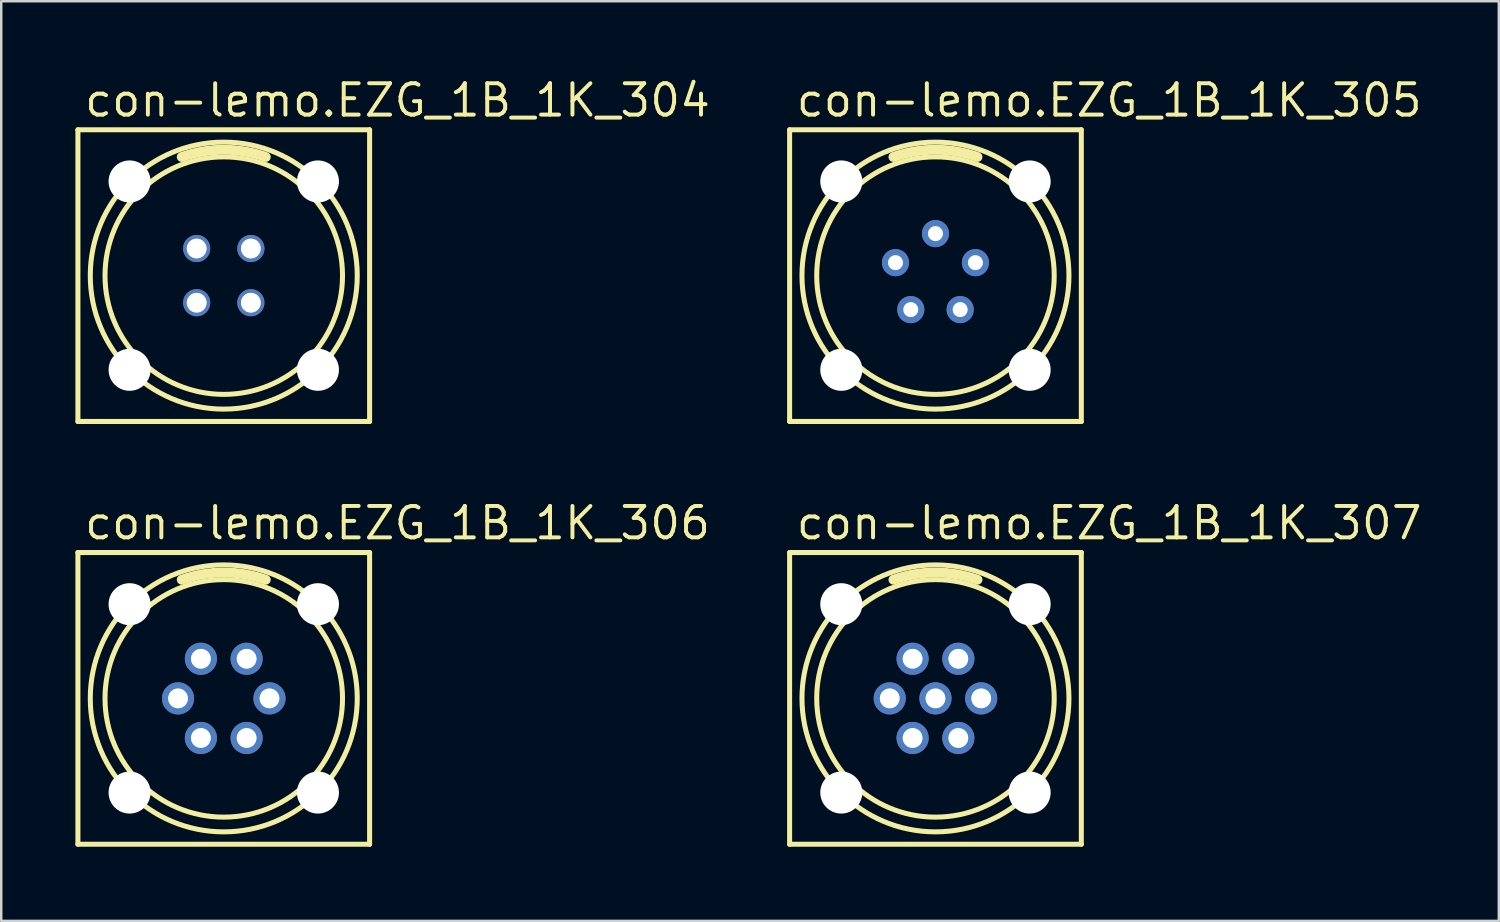
<source format=kicad_pcb>
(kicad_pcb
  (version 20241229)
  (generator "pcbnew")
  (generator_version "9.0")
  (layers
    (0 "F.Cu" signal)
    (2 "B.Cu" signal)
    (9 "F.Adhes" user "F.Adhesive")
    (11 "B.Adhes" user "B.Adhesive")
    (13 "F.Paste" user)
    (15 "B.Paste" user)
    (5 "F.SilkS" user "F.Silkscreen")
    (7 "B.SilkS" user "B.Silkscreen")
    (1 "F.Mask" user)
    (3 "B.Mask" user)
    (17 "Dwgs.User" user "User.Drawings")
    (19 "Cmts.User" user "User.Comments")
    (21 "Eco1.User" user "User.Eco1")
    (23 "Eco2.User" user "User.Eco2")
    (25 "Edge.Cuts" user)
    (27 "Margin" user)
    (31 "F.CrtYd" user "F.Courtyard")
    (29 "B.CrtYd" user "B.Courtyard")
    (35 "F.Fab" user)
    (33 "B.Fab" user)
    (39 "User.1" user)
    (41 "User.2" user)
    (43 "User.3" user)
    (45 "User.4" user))
  (footprint "con-lemo.EZG_1B_1K_304"
    (layer "F.Cu")
    (at 6.002 8.1)
    (property "Reference" "con-lemo.EZG_1B_1K_304" (at -5.715 -6.35 0) (layer "F.SilkS") (effects (font (size 1.27 1.27) (thickness 0.16)) (justify left bottom)))
    (attr through_hole)
    (fp_line (start -5.9 -5.9) (end 5.9 -5.9) (stroke (width 0.203) (type default)) (layer "F.SilkS"))
    (fp_line (start -5.9 5.9) (end -5.9 -5.9) (stroke (width 0.203) (type default)) (layer "F.SilkS"))
    (fp_line (start 5.9 -5.9) (end 5.9 5.9) (stroke (width 0.203) (type default)) (layer "F.SilkS"))
    (fp_line (start 5.9 5.9) (end -5.9 5.9) (stroke (width 0.203) (type default)) (layer "F.SilkS"))
    (fp_arc (start -1.7 -4.8) (mid 0 -5.092151) (end 1.7 -4.8) (stroke (width 0.4) (type default)) (layer "F.SilkS"))
    (fp_circle (center 0 0) (end 4.804 0) (stroke (width 0.203) (type default)) (fill no) (layer "F.SilkS"))
    (fp_circle (center 0 0) (end 5.4 0) (stroke (width 0.203) (type default)) (fill no) (layer "F.SilkS"))
    (fp_circle (center -1.096 -1.096) (end -0.798 -1.096) (stroke (width 0.203) (type default)) (fill no) (layer "F.Fab"))
    (fp_circle (center -1.096 1.096) (end -0.798 1.096) (stroke (width 0.203) (type default)) (fill no) (layer "F.Fab"))
    (fp_circle (center 1.096 -1.096) (end 1.394 -1.096) (stroke (width 0.203) (type default)) (fill no) (layer "F.Fab"))
    (fp_circle (center 1.096 1.096) (end 1.394 1.096) (stroke (width 0.203) (type default)) (fill no) (layer "F.Fab"))
    (pad "" np_thru_hole circle (at -3.81 -3.81) (size 1.7 1.7) (drill 1.7) (layers "*.Cu" "*.Mask"))
    (pad "" np_thru_hole circle (at -3.81 3.81) (size 1.7 1.7) (drill 1.7) (layers "*.Cu" "*.Mask"))
    (pad "" np_thru_hole circle (at 3.81 -3.81) (size 1.7 1.7) (drill 1.7) (layers "*.Cu" "*.Mask"))
    (pad "" np_thru_hole circle (at 3.81 3.81) (size 1.7 1.7) (drill 1.7) (layers "*.Cu" "*.Mask"))
    (pad "1" thru_hole circle (at -1.096 -1.096 90) (size 1.1 1.1) (drill 0.8) (layers "*.Cu" "*.Mask"))
    (pad "2" thru_hole circle (at -1.096 1.096 90) (size 1.1 1.1) (drill 0.8) (layers "*.Cu" "*.Mask"))
    (pad "3" thru_hole circle (at 1.096 1.096 90) (size 1.1 1.1) (drill 0.8) (layers "*.Cu" "*.Mask"))
    (pad "4" thru_hole circle (at 1.096 -1.096 90) (size 1.1 1.1) (drill 0.8) (layers "*.Cu" "*.Mask")))
  (footprint "con-lemo.EZG_1B_1K_305"
    (layer "F.Cu")
    (at 34.793 8.1)
    (property "Reference" "con-lemo.EZG_1B_1K_305" (at -5.715 -6.35 0) (layer "F.SilkS") (effects (font (size 1.27 1.27) (thickness 0.16)) (justify left bottom)))
    (attr through_hole)
    (fp_line (start -5.9 -5.9) (end 5.9 -5.9) (stroke (width 0.203) (type default)) (layer "F.SilkS"))
    (fp_line (start -5.9 5.9) (end -5.9 -5.9) (stroke (width 0.203) (type default)) (layer "F.SilkS"))
    (fp_line (start 5.9 -5.9) (end 5.9 5.9) (stroke (width 0.203) (type default)) (layer "F.SilkS"))
    (fp_line (start 5.9 5.9) (end -5.9 5.9) (stroke (width 0.203) (type default)) (layer "F.SilkS"))
    (fp_arc (start -1.7 -4.8) (mid 0 -5.092151) (end 1.7 -4.8) (stroke (width 0.4) (type default)) (layer "F.SilkS"))
    (fp_circle (center 0 0) (end 4.804 0) (stroke (width 0.203) (type default)) (fill no) (layer "F.SilkS"))
    (fp_circle (center 0 0) (end 5.4 0) (stroke (width 0.203) (type default)) (fill no) (layer "F.SilkS"))
    (fp_circle (center -1.617 -0.525) (end -1.418 -0.525) (stroke (width 0.203) (type default)) (fill no) (layer "F.Fab"))
    (fp_circle (center -0.999 1.375) (end -0.801 1.375) (stroke (width 0.203) (type default)) (fill no) (layer "F.Fab"))
    (fp_circle (center 0 -1.7) (end 0.198 -1.7) (stroke (width 0.203) (type default)) (fill no) (layer "F.Fab"))
    (fp_circle (center 0.999 1.375) (end 1.198 1.375) (stroke (width 0.203) (type default)) (fill no) (layer "F.Fab"))
    (fp_circle (center 1.617 -0.525) (end 1.815 -0.525) (stroke (width 0.203) (type default)) (fill no) (layer "F.Fab"))
    (pad "" np_thru_hole circle (at -3.81 -3.81) (size 1.7 1.7) (drill 1.7) (layers "*.Cu" "*.Mask"))
    (pad "" np_thru_hole circle (at -3.81 3.81) (size 1.7 1.7) (drill 1.7) (layers "*.Cu" "*.Mask"))
    (pad "" np_thru_hole circle (at 3.81 -3.81) (size 1.7 1.7) (drill 1.7) (layers "*.Cu" "*.Mask"))
    (pad "" np_thru_hole circle (at 3.81 3.81) (size 1.7 1.7) (drill 1.7) (layers "*.Cu" "*.Mask"))
    (pad "1" thru_hole circle (at 0 -1.7) (size 1.1 1.1) (drill 0.6) (layers "*.Cu" "*.Mask"))
    (pad "2" thru_hole circle (at -1.617 -0.525) (size 1.1 1.1) (drill 0.6) (layers "*.Cu" "*.Mask"))
    (pad "3" thru_hole circle (at -0.999 1.375) (size 1.1 1.1) (drill 0.6) (layers "*.Cu" "*.Mask"))
    (pad "4" thru_hole circle (at 0.999 1.375) (size 1.1 1.1) (drill 0.6) (layers "*.Cu" "*.Mask"))
    (pad "5" thru_hole circle (at 1.617 -0.525) (size 1.1 1.1) (drill 0.6) (layers "*.Cu" "*.Mask")))
  (footprint "con-lemo.EZG_1B_1K_307"
    (layer "F.Cu")
    (at 34.793 25.202)
    (property "Reference" "con-lemo.EZG_1B_1K_307" (at -5.715 -6.35 0) (layer "F.SilkS") (effects (font (size 1.27 1.27) (thickness 0.16)) (justify left bottom)))
    (attr through_hole)
    (fp_line (start -5.9 -5.9) (end 5.9 -5.9) (stroke (width 0.203) (type default)) (layer "F.SilkS"))
    (fp_line (start -5.9 5.9) (end -5.9 -5.9) (stroke (width 0.203) (type default)) (layer "F.SilkS"))
    (fp_line (start 5.9 -5.9) (end 5.9 5.9) (stroke (width 0.203) (type default)) (layer "F.SilkS"))
    (fp_line (start 5.9 5.9) (end -5.9 5.9) (stroke (width 0.203) (type default)) (layer "F.SilkS"))
    (fp_arc (start -1.7 -4.8) (mid 0 -5.092151) (end 1.7 -4.8) (stroke (width 0.4) (type default)) (layer "F.SilkS"))
    (fp_circle (center 0 0) (end 4.804 0) (stroke (width 0.203) (type default)) (fill no) (layer "F.SilkS"))
    (fp_circle (center 0 0) (end 5.4 0) (stroke (width 0.203) (type default)) (fill no) (layer "F.SilkS"))
    (fp_circle (center -1.85 0) (end -1.552 0) (stroke (width 0.203) (type default)) (fill no) (layer "F.Fab"))
    (fp_circle (center -0.925 -1.602) (end -0.626 -1.602) (stroke (width 0.203) (type default)) (fill no) (layer "F.Fab"))
    (fp_circle (center -0.925 1.602) (end -0.626 1.602) (stroke (width 0.203) (type default)) (fill no) (layer "F.Fab"))
    (fp_circle (center 0 0) (end 0.298 0) (stroke (width 0.203) (type default)) (fill no) (layer "F.Fab"))
    (fp_circle (center 0.925 -1.602) (end 1.223 -1.602) (stroke (width 0.203) (type default)) (fill no) (layer "F.Fab"))
    (fp_circle (center 0.925 1.602) (end 1.223 1.602) (stroke (width 0.203) (type default)) (fill no) (layer "F.Fab"))
    (fp_circle (center 1.85 0) (end 2.148 0) (stroke (width 0.203) (type default)) (fill no) (layer "F.Fab"))
    (pad "" np_thru_hole circle (at -3.81 -3.81) (size 1.7 1.7) (drill 1.7) (layers "*.Cu" "*.Mask"))
    (pad "" np_thru_hole circle (at -3.81 3.81) (size 1.7 1.7) (drill 1.7) (layers "*.Cu" "*.Mask"))
    (pad "" np_thru_hole circle (at 3.81 -3.81) (size 1.7 1.7) (drill 1.7) (layers "*.Cu" "*.Mask"))
    (pad "" np_thru_hole circle (at 3.81 3.81) (size 1.7 1.7) (drill 1.7) (layers "*.Cu" "*.Mask"))
    (pad "1" thru_hole circle (at -0.925 -1.602 120) (size 1.3 1.3) (drill 0.8) (layers "*.Cu" "*.Mask"))
    (pad "2" thru_hole circle (at -1.85 0 120) (size 1.3 1.3) (drill 0.8) (layers "*.Cu" "*.Mask"))
    (pad "3" thru_hole circle (at -0.925 1.602 120) (size 1.3 1.3) (drill 0.8) (layers "*.Cu" "*.Mask"))
    (pad "4" thru_hole circle (at 0.925 1.602 120) (size 1.3 1.3) (drill 0.8) (layers "*.Cu" "*.Mask"))
    (pad "5" thru_hole circle (at 1.85 0 120) (size 1.3 1.3) (drill 0.8) (layers "*.Cu" "*.Mask"))
    (pad "6" thru_hole circle (at 0.925 -1.602 120) (size 1.3 1.3) (drill 0.8) (layers "*.Cu" "*.Mask"))
    (pad "7" thru_hole circle (at 0 0) (size 1.3 1.3) (drill 0.8) (layers "*.Cu" "*.Mask")))
  (footprint "con-lemo.EZG_1B_1K_306"
    (layer "F.Cu")
    (at 6.002 25.202)
    (property "Reference" "con-lemo.EZG_1B_1K_306" (at -5.715 -6.35 0) (layer "F.SilkS") (effects (font (size 1.27 1.27) (thickness 0.16)) (justify left bottom)))
    (attr through_hole)
    (fp_line (start -5.9 -5.9) (end 5.9 -5.9) (stroke (width 0.203) (type default)) (layer "F.SilkS"))
    (fp_line (start -5.9 5.9) (end -5.9 -5.9) (stroke (width 0.203) (type default)) (layer "F.SilkS"))
    (fp_line (start 5.9 -5.9) (end 5.9 5.9) (stroke (width 0.203) (type default)) (layer "F.SilkS"))
    (fp_line (start 5.9 5.9) (end -5.9 5.9) (stroke (width 0.203) (type default)) (layer "F.SilkS"))
    (fp_arc (start -1.7 -4.8) (mid 0 -5.092151) (end 1.7 -4.8) (stroke (width 0.4) (type default)) (layer "F.SilkS"))
    (fp_circle (center 0 0) (end 4.804 0) (stroke (width 0.203) (type default)) (fill no) (layer "F.SilkS"))
    (fp_circle (center 0 0) (end 5.4 0) (stroke (width 0.203) (type default)) (fill no) (layer "F.SilkS"))
    (fp_circle (center -1.85 0) (end -1.552 0) (stroke (width 0.203) (type default)) (fill no) (layer "F.Fab"))
    (fp_circle (center -0.925 -1.602) (end -0.626 -1.602) (stroke (width 0.203) (type default)) (fill no) (layer "F.Fab"))
    (fp_circle (center -0.925 1.602) (end -0.626 1.602) (stroke (width 0.203) (type default)) (fill no) (layer "F.Fab"))
    (fp_circle (center 0.925 -1.602) (end 1.223 -1.602) (stroke (width 0.203) (type default)) (fill no) (layer "F.Fab"))
    (fp_circle (center 0.925 1.602) (end 1.223 1.602) (stroke (width 0.203) (type default)) (fill no) (layer "F.Fab"))
    (fp_circle (center 1.85 0) (end 2.148 0) (stroke (width 0.203) (type default)) (fill no) (layer "F.Fab"))
    (pad "" np_thru_hole circle (at -3.81 -3.81) (size 1.7 1.7) (drill 1.7) (layers "*.Cu" "*.Mask"))
    (pad "" np_thru_hole circle (at -3.81 3.81) (size 1.7 1.7) (drill 1.7) (layers "*.Cu" "*.Mask"))
    (pad "" np_thru_hole circle (at 3.81 -3.81) (size 1.7 1.7) (drill 1.7) (layers "*.Cu" "*.Mask"))
    (pad "" np_thru_hole circle (at 3.81 3.81) (size 1.7 1.7) (drill 1.7) (layers "*.Cu" "*.Mask"))
    (pad "1" thru_hole circle (at -0.925 -1.602 120) (size 1.3 1.3) (drill 0.8) (layers "*.Cu" "*.Mask"))
    (pad "2" thru_hole circle (at -1.85 0 120) (size 1.3 1.3) (drill 0.8) (layers "*.Cu" "*.Mask"))
    (pad "3" thru_hole circle (at -0.925 1.602 120) (size 1.3 1.3) (drill 0.8) (layers "*.Cu" "*.Mask"))
    (pad "4" thru_hole circle (at 0.925 1.602 120) (size 1.3 1.3) (drill 0.8) (layers "*.Cu" "*.Mask"))
    (pad "5" thru_hole circle (at 1.85 0 120) (size 1.3 1.3) (drill 0.8) (layers "*.Cu" "*.Mask"))
    (pad "6" thru_hole circle (at 0.925 -1.602 120) (size 1.3 1.3) (drill 0.8) (layers "*.Cu" "*.Mask")))
  (gr_rect
    (start -3 -3)
    (end 57.583 34.203)
    (stroke (width 0.1) (type default))
    (fill no)
    (layer "Edge.Cuts")))
</source>
